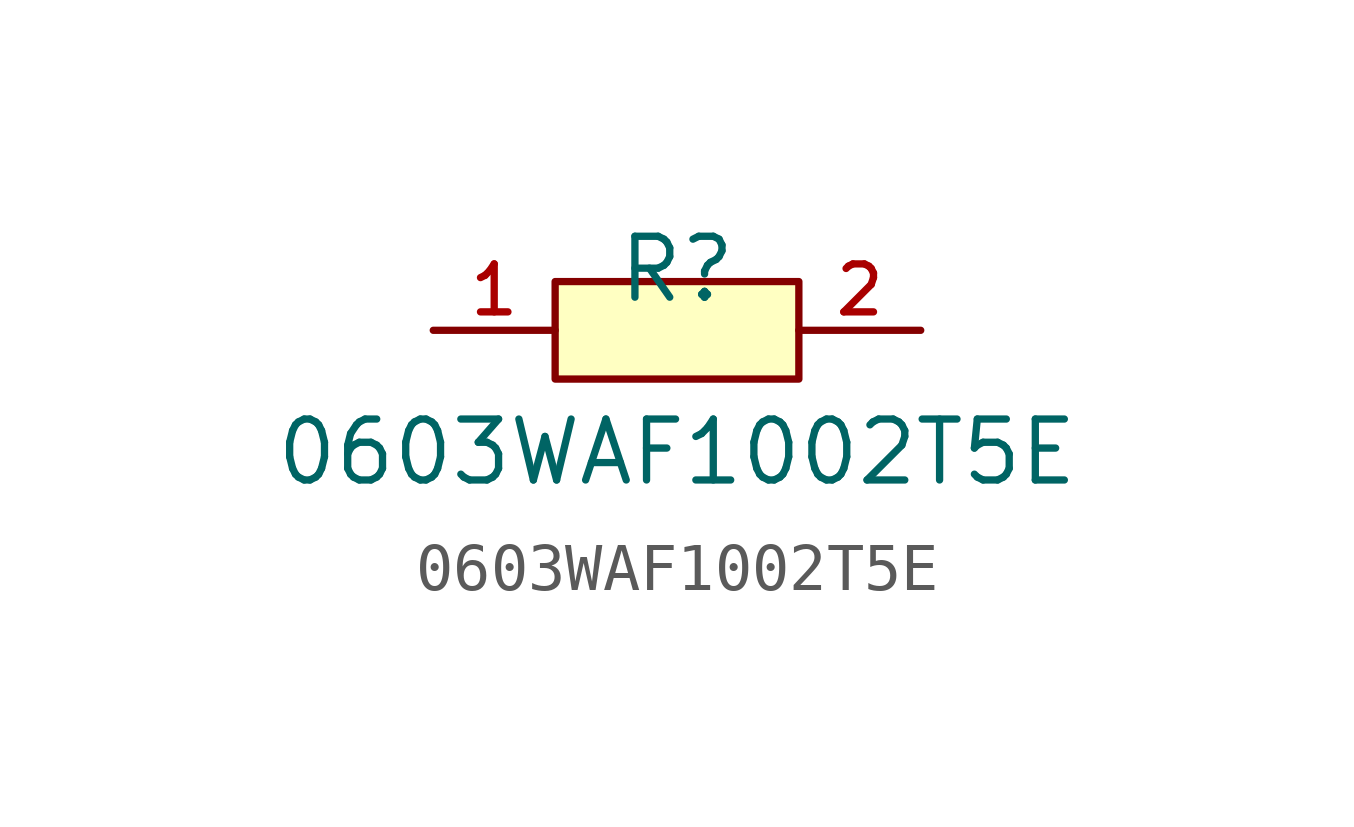
<source format=kicad_sym>
(kicad_symbol_lib
  (version 20210201)
  (generator TousstNicolas/JLC2KiCad_lib)
  (symbol "0603WAF1002T5E"
    (pin_names hide)
    (property "Reference" "R"
      (at 0 1.27 0)
      (effects (font (size 1.27 1.27))))
    (property "Value" "0603WAF1002T5E"
      (at 0 -2.54 0)
      (effects (font (size 1.27 1.27))))
    (symbol "0603WAF1002T5E_0_1"
      (pin input line (at 5.08 -0.0 180) (length 2.54) (name "2" (effects (font (size 1 1)))) (number "2" (effects (font (size 1 1)))))
      (pin input line (at -5.08 -0.0 0) (length 2.54) (name "1" (effects (font (size 1 1)))) (number "1" (effects (font (size 1 1)))))
      (rectangle (start -2.54 1.016) (end 2.54 -1.016) (stroke (width 0) (type default) (color 0 0 0 0)) (fill (type background))))))
</source>
